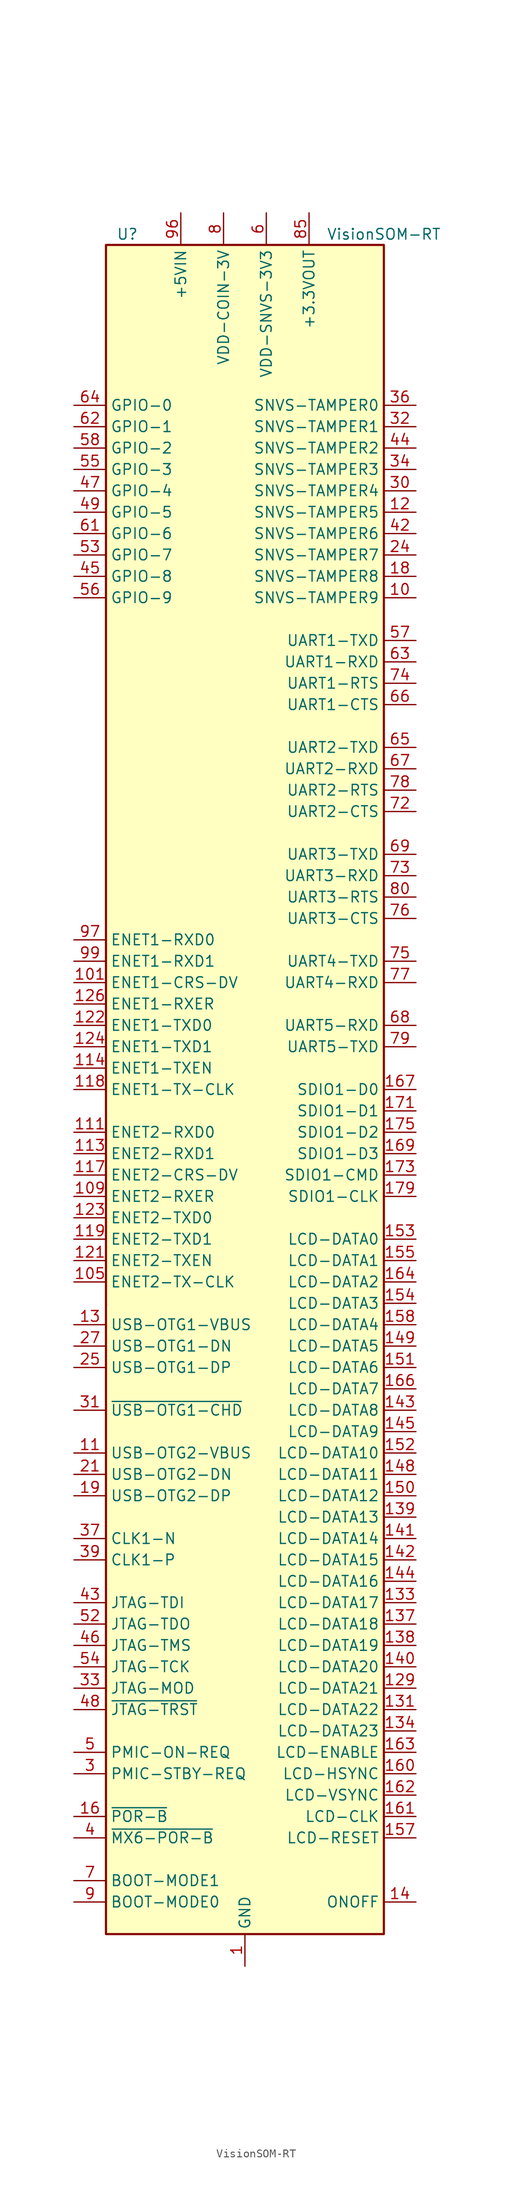
<source format=kicad_sym>
(kicad_symbol_lib
  (version 20231120)
  (generator "kicad_symbol_editor")
  (generator_version "8.0")
  (symbol "VisionSOM-RT"
    (property "Reference" "U"
      (at -13.97 101.6 0)
      (effects (font (size 1.27 1.27))))
    (property "Value" "VisionSOM-RT"
      (at 16.51 101.6 0)
      (effects (font (size 1.27 1.27))))
    (symbol "VisionSOM-RT_0_1"
      (rectangle (start -16.51 100.33) (end 16.51 -100.33) (stroke (width 0.254) (type default)) (fill (type background))))
    (symbol "VisionSOM-RT_1_1"
      (pin power_in line (at 0 -104.14 90) (length 3.81) (name "GND" (effects (font (size 1.27 1.27)))) (number "1" (effects (font (size 1.27 1.27)))))
      (pin bidirectional line (at 20.32 58.42 180) (length 3.81) (name "SNVS-TAMPER9" (effects (font (size 1.27 1.27)))) (number "10" (effects (font (size 1.27 1.27)))))
      (pin passive line (at -7.62 104.14 270) (length 3.81) hide (name "+5VIN" (effects (font (size 1.27 1.27)))) (number "100" (effects (font (size 1.27 1.27)))))
      (pin bidirectional line (at -20.32 12.7 0) (length 3.81) (name "ENET1-CRS-DV" (effects (font (size 1.27 1.27)))) (number "101" (effects (font (size 1.27 1.27)))))
      (pin passive line (at -7.62 104.14 270) (length 3.81) hide (name "+5VIN" (effects (font (size 1.27 1.27)))) (number "102" (effects (font (size 1.27 1.27)))))
      (pin passive line (at 0 -104.14 90) (length 3.81) hide (name "GND" (effects (font (size 1.27 1.27)))) (number "103" (effects (font (size 1.27 1.27)))))
      (pin passive line (at -7.62 104.14 270) (length 3.81) hide (name "+5VIN" (effects (font (size 1.27 1.27)))) (number "104" (effects (font (size 1.27 1.27)))))
      (pin bidirectional line (at -20.32 -22.86 0) (length 3.81) (name "ENET2-TX-CLK" (effects (font (size 1.27 1.27)))) (number "105" (effects (font (size 1.27 1.27)))))
      (pin passive line (at -7.62 104.14 270) (length 3.81) hide (name "+5VIN" (effects (font (size 1.27 1.27)))) (number "106" (effects (font (size 1.27 1.27)))))
      (pin passive line (at 0 -104.14 90) (length 3.81) hide (name "GND" (effects (font (size 1.27 1.27)))) (number "107" (effects (font (size 1.27 1.27)))))
      (pin passive line (at -7.62 104.14 270) (length 3.81) hide (name "+5VIN" (effects (font (size 1.27 1.27)))) (number "108" (effects (font (size 1.27 1.27)))))
      (pin bidirectional line (at -20.32 -12.7 0) (length 3.81) (name "ENET2-RXER" (effects (font (size 1.27 1.27)))) (number "109" (effects (font (size 1.27 1.27)))))
      (pin input line (at -20.32 -43.18 0) (length 3.81) (name "USB-OTG2-VBUS" (effects (font (size 1.27 1.27)))) (number "11" (effects (font (size 1.27 1.27)))))
      (pin passive line (at -7.62 104.14 270) (length 3.81) hide (name "+5VIN" (effects (font (size 1.27 1.27)))) (number "110" (effects (font (size 1.27 1.27)))))
      (pin bidirectional line (at -20.32 -5.08 0) (length 3.81) (name "ENET2-RXD0" (effects (font (size 1.27 1.27)))) (number "111" (effects (font (size 1.27 1.27)))))
      (pin passive line (at -7.62 104.14 270) (length 3.81) hide (name "+5VIN" (effects (font (size 1.27 1.27)))) (number "112" (effects (font (size 1.27 1.27)))))
      (pin bidirectional line (at -20.32 -7.62 0) (length 3.81) (name "ENET2-RXD1" (effects (font (size 1.27 1.27)))) (number "113" (effects (font (size 1.27 1.27)))))
      (pin bidirectional line (at -20.32 2.54 0) (length 3.81) (name "ENET1-TXEN" (effects (font (size 1.27 1.27)))) (number "114" (effects (font (size 1.27 1.27)))))
      (pin passive line (at 0 -104.14 90) (length 3.81) hide (name "GND" (effects (font (size 1.27 1.27)))) (number "115" (effects (font (size 1.27 1.27)))))
      (pin passive line (at 0 -104.14 90) (length 3.81) hide (name "GND" (effects (font (size 1.27 1.27)))) (number "116" (effects (font (size 1.27 1.27)))))
      (pin bidirectional line (at -20.32 -10.16 0) (length 3.81) (name "ENET2-CRS-DV" (effects (font (size 1.27 1.27)))) (number "117" (effects (font (size 1.27 1.27)))))
      (pin bidirectional line (at -20.32 0 0) (length 3.81) (name "ENET1-TX-CLK" (effects (font (size 1.27 1.27)))) (number "118" (effects (font (size 1.27 1.27)))))
      (pin bidirectional line (at -20.32 -17.78 0) (length 3.81) (name "ENET2-TXD1" (effects (font (size 1.27 1.27)))) (number "119" (effects (font (size 1.27 1.27)))))
      (pin bidirectional line (at 20.32 68.58 180) (length 3.81) (name "SNVS-TAMPER5" (effects (font (size 1.27 1.27)))) (number "12" (effects (font (size 1.27 1.27)))))
      (pin passive line (at 0 -104.14 90) (length 3.81) hide (name "GND" (effects (font (size 1.27 1.27)))) (number "120" (effects (font (size 1.27 1.27)))))
      (pin bidirectional line (at -20.32 -20.32 0) (length 3.81) (name "ENET2-TXEN" (effects (font (size 1.27 1.27)))) (number "121" (effects (font (size 1.27 1.27)))))
      (pin bidirectional line (at -20.32 7.62 0) (length 3.81) (name "ENET1-TXD0" (effects (font (size 1.27 1.27)))) (number "122" (effects (font (size 1.27 1.27)))))
      (pin bidirectional line (at -20.32 -15.24 0) (length 3.81) (name "ENET2-TXD0" (effects (font (size 1.27 1.27)))) (number "123" (effects (font (size 1.27 1.27)))))
      (pin bidirectional line (at -20.32 5.08 0) (length 3.81) (name "ENET1-TXD1" (effects (font (size 1.27 1.27)))) (number "124" (effects (font (size 1.27 1.27)))))
      (pin passive line (at 0 -104.14 90) (length 3.81) hide (name "GND" (effects (font (size 1.27 1.27)))) (number "125" (effects (font (size 1.27 1.27)))))
      (pin bidirectional line (at -20.32 10.16 0) (length 3.81) (name "ENET1-RXER" (effects (font (size 1.27 1.27)))) (number "126" (effects (font (size 1.27 1.27)))))
      (pin passive line (at 0 -104.14 90) (length 3.81) hide (name "GND" (effects (font (size 1.27 1.27)))) (number "127" (effects (font (size 1.27 1.27)))))
      (pin passive line (at 0 -104.14 90) (length 3.81) hide (name "GND" (effects (font (size 1.27 1.27)))) (number "128" (effects (font (size 1.27 1.27)))))
      (pin bidirectional line (at 20.32 -71.12 180) (length 3.81) (name "LCD-DATA21" (effects (font (size 1.27 1.27)))) (number "129" (effects (font (size 1.27 1.27)))))
      (pin input line (at -20.32 -27.94 0) (length 3.81) (name "USB-OTG1-VBUS" (effects (font (size 1.27 1.27)))) (number "13" (effects (font (size 1.27 1.27)))))
      (pin passive line (at 0 -104.14 90) (length 3.81) hide (name "GND" (effects (font (size 1.27 1.27)))) (number "130" (effects (font (size 1.27 1.27)))))
      (pin bidirectional line (at 20.32 -73.66 180) (length 3.81) (name "LCD-DATA22" (effects (font (size 1.27 1.27)))) (number "131" (effects (font (size 1.27 1.27)))))
      (pin passive line (at 0 -104.14 90) (length 3.81) hide (name "GND" (effects (font (size 1.27 1.27)))) (number "132" (effects (font (size 1.27 1.27)))))
      (pin bidirectional line (at 20.32 -60.96 180) (length 3.81) (name "LCD-DATA17" (effects (font (size 1.27 1.27)))) (number "133" (effects (font (size 1.27 1.27)))))
      (pin bidirectional line (at 20.32 -76.2 180) (length 3.81) (name "LCD-DATA23" (effects (font (size 1.27 1.27)))) (number "134" (effects (font (size 1.27 1.27)))))
      (pin passive line (at 0 -104.14 90) (length 3.81) hide (name "GND" (effects (font (size 1.27 1.27)))) (number "135" (effects (font (size 1.27 1.27)))))
      (pin passive line (at 0 -104.14 90) (length 3.81) hide (name "GND" (effects (font (size 1.27 1.27)))) (number "136" (effects (font (size 1.27 1.27)))))
      (pin bidirectional line (at 20.32 -63.5 180) (length 3.81) (name "LCD-DATA18" (effects (font (size 1.27 1.27)))) (number "137" (effects (font (size 1.27 1.27)))))
      (pin bidirectional line (at 20.32 -66.04 180) (length 3.81) (name "LCD-DATA19" (effects (font (size 1.27 1.27)))) (number "138" (effects (font (size 1.27 1.27)))))
      (pin bidirectional line (at 20.32 -50.8 180) (length 3.81) (name "LCD-DATA13" (effects (font (size 1.27 1.27)))) (number "139" (effects (font (size 1.27 1.27)))))
      (pin input line (at 20.32 -96.52 180) (length 3.81) (name "ONOFF" (effects (font (size 1.27 1.27)))) (number "14" (effects (font (size 1.27 1.27)))))
      (pin bidirectional line (at 20.32 -68.58 180) (length 3.81) (name "LCD-DATA20" (effects (font (size 1.27 1.27)))) (number "140" (effects (font (size 1.27 1.27)))))
      (pin bidirectional line (at 20.32 -53.34 180) (length 3.81) (name "LCD-DATA14" (effects (font (size 1.27 1.27)))) (number "141" (effects (font (size 1.27 1.27)))))
      (pin bidirectional line (at 20.32 -55.88 180) (length 3.81) (name "LCD-DATA15" (effects (font (size 1.27 1.27)))) (number "142" (effects (font (size 1.27 1.27)))))
      (pin bidirectional line (at 20.32 -38.1 180) (length 3.81) (name "LCD-DATA8" (effects (font (size 1.27 1.27)))) (number "143" (effects (font (size 1.27 1.27)))))
      (pin bidirectional line (at 20.32 -58.42 180) (length 3.81) (name "LCD-DATA16" (effects (font (size 1.27 1.27)))) (number "144" (effects (font (size 1.27 1.27)))))
      (pin bidirectional line (at 20.32 -40.64 180) (length 3.81) (name "LCD-DATA9" (effects (font (size 1.27 1.27)))) (number "145" (effects (font (size 1.27 1.27)))))
      (pin passive line (at 0 -104.14 90) (length 3.81) hide (name "GND" (effects (font (size 1.27 1.27)))) (number "146" (effects (font (size 1.27 1.27)))))
      (pin passive line (at 0 -104.14 90) (length 3.81) hide (name "GND" (effects (font (size 1.27 1.27)))) (number "147" (effects (font (size 1.27 1.27)))))
      (pin bidirectional line (at 20.32 -45.72 180) (length 3.81) (name "LCD-DATA11" (effects (font (size 1.27 1.27)))) (number "148" (effects (font (size 1.27 1.27)))))
      (pin bidirectional line (at 20.32 -30.48 180) (length 3.81) (name "LCD-DATA5" (effects (font (size 1.27 1.27)))) (number "149" (effects (font (size 1.27 1.27)))))
      (pin passive line (at 0 -104.14 90) (length 3.81) hide (name "GND" (effects (font (size 1.27 1.27)))) (number "15" (effects (font (size 1.27 1.27)))))
      (pin bidirectional line (at 20.32 -48.26 180) (length 3.81) (name "LCD-DATA12" (effects (font (size 1.27 1.27)))) (number "150" (effects (font (size 1.27 1.27)))))
      (pin bidirectional line (at 20.32 -33.02 180) (length 3.81) (name "LCD-DATA6" (effects (font (size 1.27 1.27)))) (number "151" (effects (font (size 1.27 1.27)))))
      (pin bidirectional line (at 20.32 -43.18 180) (length 3.81) (name "LCD-DATA10" (effects (font (size 1.27 1.27)))) (number "152" (effects (font (size 1.27 1.27)))))
      (pin bidirectional line (at 20.32 -17.78 180) (length 3.81) (name "LCD-DATA0" (effects (font (size 1.27 1.27)))) (number "153" (effects (font (size 1.27 1.27)))))
      (pin bidirectional line (at 20.32 -25.4 180) (length 3.81) (name "LCD-DATA3" (effects (font (size 1.27 1.27)))) (number "154" (effects (font (size 1.27 1.27)))))
      (pin bidirectional line (at 20.32 -20.32 180) (length 3.81) (name "LCD-DATA1" (effects (font (size 1.27 1.27)))) (number "155" (effects (font (size 1.27 1.27)))))
      (pin passive line (at 0 -104.14 90) (length 3.81) hide (name "GND" (effects (font (size 1.27 1.27)))) (number "156" (effects (font (size 1.27 1.27)))))
      (pin bidirectional line (at 20.32 -88.9 180) (length 3.81) (name "LCD-RESET" (effects (font (size 1.27 1.27)))) (number "157" (effects (font (size 1.27 1.27)))))
      (pin bidirectional line (at 20.32 -27.94 180) (length 3.81) (name "LCD-DATA4" (effects (font (size 1.27 1.27)))) (number "158" (effects (font (size 1.27 1.27)))))
      (pin passive line (at 0 -104.14 90) (length 3.81) hide (name "GND" (effects (font (size 1.27 1.27)))) (number "159" (effects (font (size 1.27 1.27)))))
      (pin input line (at -20.32 -86.36 0) (length 3.81) (name "~{POR-B}" (effects (font (size 1.27 1.27)))) (number "16" (effects (font (size 1.27 1.27)))))
      (pin bidirectional line (at 20.32 -81.28 180) (length 3.81) (name "LCD-HSYNC" (effects (font (size 1.27 1.27)))) (number "160" (effects (font (size 1.27 1.27)))))
      (pin bidirectional line (at 20.32 -86.36 180) (length 3.81) (name "LCD-CLK" (effects (font (size 1.27 1.27)))) (number "161" (effects (font (size 1.27 1.27)))))
      (pin bidirectional line (at 20.32 -83.82 180) (length 3.81) (name "LCD-VSYNC" (effects (font (size 1.27 1.27)))) (number "162" (effects (font (size 1.27 1.27)))))
      (pin bidirectional line (at 20.32 -78.74 180) (length 3.81) (name "LCD-ENABLE" (effects (font (size 1.27 1.27)))) (number "163" (effects (font (size 1.27 1.27)))))
      (pin bidirectional line (at 20.32 -22.86 180) (length 3.81) (name "LCD-DATA2" (effects (font (size 1.27 1.27)))) (number "164" (effects (font (size 1.27 1.27)))))
      (pin passive line (at 0 -104.14 90) (length 3.81) hide (name "GND" (effects (font (size 1.27 1.27)))) (number "165" (effects (font (size 1.27 1.27)))))
      (pin bidirectional line (at 20.32 -35.56 180) (length 3.81) (name "LCD-DATA7" (effects (font (size 1.27 1.27)))) (number "166" (effects (font (size 1.27 1.27)))))
      (pin bidirectional line (at 20.32 0 180) (length 3.81) (name "SDIO1-D0" (effects (font (size 1.27 1.27)))) (number "167" (effects (font (size 1.27 1.27)))))
      (pin passive line (at 0 -104.14 90) (length 3.81) hide (name "GND" (effects (font (size 1.27 1.27)))) (number "168" (effects (font (size 1.27 1.27)))))
      (pin bidirectional line (at 20.32 -7.62 180) (length 3.81) (name "SDIO1-D3" (effects (font (size 1.27 1.27)))) (number "169" (effects (font (size 1.27 1.27)))))
      (pin passive line (at 0 -104.14 90) (length 3.81) hide (name "GND" (effects (font (size 1.27 1.27)))) (number "17" (effects (font (size 1.27 1.27)))))
      (pin passive line (at 0 -104.14 90) (length 3.81) hide (name "GND" (effects (font (size 1.27 1.27)))) (number "170" (effects (font (size 1.27 1.27)))))
      (pin bidirectional line (at 20.32 -2.54 180) (length 3.81) (name "SDIO1-D1" (effects (font (size 1.27 1.27)))) (number "171" (effects (font (size 1.27 1.27)))))
      (pin passive line (at 0 -104.14 90) (length 3.81) hide (name "GND" (effects (font (size 1.27 1.27)))) (number "172" (effects (font (size 1.27 1.27)))))
      (pin bidirectional line (at 20.32 -10.16 180) (length 3.81) (name "SDIO1-CMD" (effects (font (size 1.27 1.27)))) (number "173" (effects (font (size 1.27 1.27)))))
      (pin passive line (at 0 -104.14 90) (length 3.81) hide (name "GND" (effects (font (size 1.27 1.27)))) (number "174" (effects (font (size 1.27 1.27)))))
      (pin bidirectional line (at 20.32 -5.08 180) (length 3.81) (name "SDIO1-D2" (effects (font (size 1.27 1.27)))) (number "175" (effects (font (size 1.27 1.27)))))
      (pin no_connect line (at -5.08 -99.06 90) (length 3.81) hide (name "NC" (effects (font (size 1.27 1.27)))) (number "176" (effects (font (size 1.27 1.27)))))
      (pin passive line (at 0 -104.14 90) (length 3.81) hide (name "GND" (effects (font (size 1.27 1.27)))) (number "177" (effects (font (size 1.27 1.27)))))
      (pin no_connect line (at -2.54 -99.06 90) (length 3.81) hide (name "NC" (effects (font (size 1.27 1.27)))) (number "178" (effects (font (size 1.27 1.27)))))
      (pin bidirectional line (at 20.32 -12.7 180) (length 3.81) (name "SDIO1-CLK" (effects (font (size 1.27 1.27)))) (number "179" (effects (font (size 1.27 1.27)))))
      (pin bidirectional line (at 20.32 60.96 180) (length 3.81) (name "SNVS-TAMPER8" (effects (font (size 1.27 1.27)))) (number "18" (effects (font (size 1.27 1.27)))))
      (pin no_connect line (at 2.54 -99.06 90) (length 3.81) hide (name "NC" (effects (font (size 1.27 1.27)))) (number "180" (effects (font (size 1.27 1.27)))))
      (pin passive line (at 0 -104.14 90) (length 3.81) hide (name "GND" (effects (font (size 1.27 1.27)))) (number "181" (effects (font (size 1.27 1.27)))))
      (pin no_connect line (at 5.08 -99.06 90) (length 3.81) hide (name "NC" (effects (font (size 1.27 1.27)))) (number "182" (effects (font (size 1.27 1.27)))))
      (pin no_connect line (at -15.24 22.86 0) (length 3.81) hide (name "NC" (effects (font (size 1.27 1.27)))) (number "183" (effects (font (size 1.27 1.27)))))
      (pin passive line (at 0 -104.14 90) (length 3.81) hide (name "GND" (effects (font (size 1.27 1.27)))) (number "184" (effects (font (size 1.27 1.27)))))
      (pin passive line (at 0 -104.14 90) (length 3.81) hide (name "GND" (effects (font (size 1.27 1.27)))) (number "185" (effects (font (size 1.27 1.27)))))
      (pin no_connect line (at -15.24 35.56 0) (length 3.81) hide (name "NC" (effects (font (size 1.27 1.27)))) (number "186" (effects (font (size 1.27 1.27)))))
      (pin no_connect line (at -15.24 25.4 0) (length 3.81) hide (name "NC" (effects (font (size 1.27 1.27)))) (number "187" (effects (font (size 1.27 1.27)))))
      (pin no_connect line (at -15.24 33.02 0) (length 3.81) hide (name "NC" (effects (font (size 1.27 1.27)))) (number "188" (effects (font (size 1.27 1.27)))))
      (pin passive line (at 0 -104.14 90) (length 3.81) hide (name "GND" (effects (font (size 1.27 1.27)))) (number "189" (effects (font (size 1.27 1.27)))))
      (pin bidirectional line (at -20.32 -48.26 0) (length 3.81) (name "USB-OTG2-DP" (effects (font (size 1.27 1.27)))) (number "19" (effects (font (size 1.27 1.27)))))
      (pin no_connect line (at -15.24 38.1 0) (length 3.81) hide (name "NC" (effects (font (size 1.27 1.27)))) (number "190" (effects (font (size 1.27 1.27)))))
      (pin no_connect line (at -15.24 40.64 0) (length 3.81) hide (name "NC" (effects (font (size 1.27 1.27)))) (number "191" (effects (font (size 1.27 1.27)))))
      (pin no_connect line (at -15.24 43.18 0) (length 3.81) hide (name "NC" (effects (font (size 1.27 1.27)))) (number "192" (effects (font (size 1.27 1.27)))))
      (pin no_connect line (at -15.24 48.26 0) (length 3.81) hide (name "NC" (effects (font (size 1.27 1.27)))) (number "193" (effects (font (size 1.27 1.27)))))
      (pin no_connect line (at -15.24 45.72 0) (length 3.81) hide (name "NC" (effects (font (size 1.27 1.27)))) (number "194" (effects (font (size 1.27 1.27)))))
      (pin no_connect line (at -15.24 50.8 0) (length 3.81) hide (name "NC" (effects (font (size 1.27 1.27)))) (number "195" (effects (font (size 1.27 1.27)))))
      (pin no_connect line (at -15.24 53.34 0) (length 3.81) hide (name "NC" (effects (font (size 1.27 1.27)))) (number "196" (effects (font (size 1.27 1.27)))))
      (pin no_connect line (at -15.24 30.48 0) (length 3.81) hide (name "NC" (effects (font (size 1.27 1.27)))) (number "197" (effects (font (size 1.27 1.27)))))
      (pin no_connect line (at -15.24 27.94 0) (length 3.81) hide (name "NC" (effects (font (size 1.27 1.27)))) (number "198" (effects (font (size 1.27 1.27)))))
      (pin passive line (at 0 -104.14 90) (length 3.81) hide (name "GND" (effects (font (size 1.27 1.27)))) (number "199" (effects (font (size 1.27 1.27)))))
      (pin passive line (at 0 -104.14 90) (length 3.81) hide (name "GND" (effects (font (size 1.27 1.27)))) (number "2" (effects (font (size 1.27 1.27)))))
      (pin passive line (at 0 -104.14 90) (length 3.81) hide (name "GND" (effects (font (size 1.27 1.27)))) (number "20" (effects (font (size 1.27 1.27)))))
      (pin passive line (at 0 -104.14 90) (length 3.81) hide (name "GND" (effects (font (size 1.27 1.27)))) (number "200" (effects (font (size 1.27 1.27)))))
      (pin bidirectional line (at -20.32 -45.72 0) (length 3.81) (name "USB-OTG2-DN" (effects (font (size 1.27 1.27)))) (number "21" (effects (font (size 1.27 1.27)))))
      (pin passive line (at 0 -104.14 90) (length 3.81) hide (name "GND" (effects (font (size 1.27 1.27)))) (number "22" (effects (font (size 1.27 1.27)))))
      (pin passive line (at 0 -104.14 90) (length 3.81) hide (name "GND" (effects (font (size 1.27 1.27)))) (number "23" (effects (font (size 1.27 1.27)))))
      (pin bidirectional line (at 20.32 63.5 180) (length 3.81) (name "SNVS-TAMPER7" (effects (font (size 1.27 1.27)))) (number "24" (effects (font (size 1.27 1.27)))))
      (pin bidirectional line (at -20.32 -33.02 0) (length 3.81) (name "USB-OTG1-DP" (effects (font (size 1.27 1.27)))) (number "25" (effects (font (size 1.27 1.27)))))
      (pin passive line (at 0 -104.14 90) (length 3.81) hide (name "GND" (effects (font (size 1.27 1.27)))) (number "26" (effects (font (size 1.27 1.27)))))
      (pin bidirectional line (at -20.32 -30.48 0) (length 3.81) (name "USB-OTG1-DN" (effects (font (size 1.27 1.27)))) (number "27" (effects (font (size 1.27 1.27)))))
      (pin passive line (at 0 -104.14 90) (length 3.81) hide (name "GND" (effects (font (size 1.27 1.27)))) (number "28" (effects (font (size 1.27 1.27)))))
      (pin passive line (at 0 -104.14 90) (length 3.81) hide (name "GND" (effects (font (size 1.27 1.27)))) (number "29" (effects (font (size 1.27 1.27)))))
      (pin output line (at -20.32 -81.28 0) (length 3.81) (name "PMIC-STBY-REQ" (effects (font (size 1.27 1.27)))) (number "3" (effects (font (size 1.27 1.27)))))
      (pin bidirectional line (at 20.32 71.12 180) (length 3.81) (name "SNVS-TAMPER4" (effects (font (size 1.27 1.27)))) (number "30" (effects (font (size 1.27 1.27)))))
      (pin open_collector line (at -20.32 -38.1 0) (length 3.81) (name "~{USB-OTG1-CHD}" (effects (font (size 1.27 1.27)))) (number "31" (effects (font (size 1.27 1.27)))))
      (pin bidirectional line (at 20.32 78.74 180) (length 3.81) (name "SNVS-TAMPER1" (effects (font (size 1.27 1.27)))) (number "32" (effects (font (size 1.27 1.27)))))
      (pin bidirectional line (at -20.32 -71.12 0) (length 3.81) (name "JTAG-MOD" (effects (font (size 1.27 1.27)))) (number "33" (effects (font (size 1.27 1.27)))))
      (pin bidirectional line (at 20.32 73.66 180) (length 3.81) (name "SNVS-TAMPER3" (effects (font (size 1.27 1.27)))) (number "34" (effects (font (size 1.27 1.27)))))
      (pin passive line (at 0 -104.14 90) (length 3.81) hide (name "GND" (effects (font (size 1.27 1.27)))) (number "35" (effects (font (size 1.27 1.27)))))
      (pin bidirectional line (at 20.32 81.28 180) (length 3.81) (name "SNVS-TAMPER0" (effects (font (size 1.27 1.27)))) (number "36" (effects (font (size 1.27 1.27)))))
      (pin bidirectional line (at -20.32 -53.34 0) (length 3.81) (name "CLK1-N" (effects (font (size 1.27 1.27)))) (number "37" (effects (font (size 1.27 1.27)))))
      (pin passive line (at 0 -104.14 90) (length 3.81) hide (name "GND" (effects (font (size 1.27 1.27)))) (number "38" (effects (font (size 1.27 1.27)))))
      (pin bidirectional line (at -20.32 -55.88 0) (length 3.81) (name "CLK1-P" (effects (font (size 1.27 1.27)))) (number "39" (effects (font (size 1.27 1.27)))))
      (pin input line (at -20.32 -88.9 0) (length 3.81) (name "~{MX6-POR-B}" (effects (font (size 1.27 1.27)))) (number "4" (effects (font (size 1.27 1.27)))))
      (pin passive line (at 0 -104.14 90) (length 3.81) hide (name "GND" (effects (font (size 1.27 1.27)))) (number "40" (effects (font (size 1.27 1.27)))))
      (pin passive line (at 0 -104.14 90) (length 3.81) hide (name "GND" (effects (font (size 1.27 1.27)))) (number "41" (effects (font (size 1.27 1.27)))))
      (pin bidirectional line (at 20.32 66.04 180) (length 3.81) (name "SNVS-TAMPER6" (effects (font (size 1.27 1.27)))) (number "42" (effects (font (size 1.27 1.27)))))
      (pin bidirectional line (at -20.32 -60.96 0) (length 3.81) (name "JTAG-TDI" (effects (font (size 1.27 1.27)))) (number "43" (effects (font (size 1.27 1.27)))))
      (pin bidirectional line (at 20.32 76.2 180) (length 3.81) (name "SNVS-TAMPER2" (effects (font (size 1.27 1.27)))) (number "44" (effects (font (size 1.27 1.27)))))
      (pin bidirectional line (at -20.32 60.96 0) (length 3.81) (name "GPIO-8" (effects (font (size 1.27 1.27)))) (number "45" (effects (font (size 1.27 1.27)))))
      (pin bidirectional line (at -20.32 -66.04 0) (length 3.81) (name "JTAG-TMS" (effects (font (size 1.27 1.27)))) (number "46" (effects (font (size 1.27 1.27)))))
      (pin bidirectional line (at -20.32 71.12 0) (length 3.81) (name "GPIO-4" (effects (font (size 1.27 1.27)))) (number "47" (effects (font (size 1.27 1.27)))))
      (pin bidirectional line (at -20.32 -73.66 0) (length 3.81) (name "~{JTAG-TRST}" (effects (font (size 1.27 1.27)))) (number "48" (effects (font (size 1.27 1.27)))))
      (pin bidirectional line (at -20.32 68.58 0) (length 3.81) (name "GPIO-5" (effects (font (size 1.27 1.27)))) (number "49" (effects (font (size 1.27 1.27)))))
      (pin output line (at -20.32 -78.74 0) (length 3.81) (name "PMIC-ON-REQ" (effects (font (size 1.27 1.27)))) (number "5" (effects (font (size 1.27 1.27)))))
      (pin passive line (at 0 -104.14 90) (length 3.81) hide (name "GND" (effects (font (size 1.27 1.27)))) (number "50" (effects (font (size 1.27 1.27)))))
      (pin passive line (at 0 -104.14 90) (length 3.81) hide (name "GND" (effects (font (size 1.27 1.27)))) (number "51" (effects (font (size 1.27 1.27)))))
      (pin bidirectional line (at -20.32 -63.5 0) (length 3.81) (name "JTAG-TDO" (effects (font (size 1.27 1.27)))) (number "52" (effects (font (size 1.27 1.27)))))
      (pin bidirectional line (at -20.32 63.5 0) (length 3.81) (name "GPIO-7" (effects (font (size 1.27 1.27)))) (number "53" (effects (font (size 1.27 1.27)))))
      (pin bidirectional line (at -20.32 -68.58 0) (length 3.81) (name "JTAG-TCK" (effects (font (size 1.27 1.27)))) (number "54" (effects (font (size 1.27 1.27)))))
      (pin bidirectional line (at -20.32 73.66 0) (length 3.81) (name "GPIO-3" (effects (font (size 1.27 1.27)))) (number "55" (effects (font (size 1.27 1.27)))))
      (pin bidirectional line (at -20.32 58.42 0) (length 3.81) (name "GPIO-9" (effects (font (size 1.27 1.27)))) (number "56" (effects (font (size 1.27 1.27)))))
      (pin bidirectional line (at 20.32 53.34 180) (length 3.81) (name "UART1-TXD" (effects (font (size 1.27 1.27)))) (number "57" (effects (font (size 1.27 1.27)))))
      (pin bidirectional line (at -20.32 76.2 0) (length 3.81) (name "GPIO-2" (effects (font (size 1.27 1.27)))) (number "58" (effects (font (size 1.27 1.27)))))
      (pin passive line (at 0 -104.14 90) (length 3.81) hide (name "GND" (effects (font (size 1.27 1.27)))) (number "59" (effects (font (size 1.27 1.27)))))
      (pin power_in line (at 2.54 104.14 270) (length 3.81) (name "VDD-SNVS-3V3" (effects (font (size 1.27 1.27)))) (number "6" (effects (font (size 1.27 1.27)))))
      (pin passive line (at 0 -104.14 90) (length 3.81) hide (name "GND" (effects (font (size 1.27 1.27)))) (number "60" (effects (font (size 1.27 1.27)))))
      (pin bidirectional line (at -20.32 66.04 0) (length 3.81) (name "GPIO-6" (effects (font (size 1.27 1.27)))) (number "61" (effects (font (size 1.27 1.27)))))
      (pin bidirectional line (at -20.32 78.74 0) (length 3.81) (name "GPIO-1" (effects (font (size 1.27 1.27)))) (number "62" (effects (font (size 1.27 1.27)))))
      (pin bidirectional line (at 20.32 50.8 180) (length 3.81) (name "UART1-RXD" (effects (font (size 1.27 1.27)))) (number "63" (effects (font (size 1.27 1.27)))))
      (pin bidirectional line (at -20.32 81.28 0) (length 3.81) (name "GPIO-0" (effects (font (size 1.27 1.27)))) (number "64" (effects (font (size 1.27 1.27)))))
      (pin bidirectional line (at 20.32 40.64 180) (length 3.81) (name "UART2-TXD" (effects (font (size 1.27 1.27)))) (number "65" (effects (font (size 1.27 1.27)))))
      (pin bidirectional line (at 20.32 45.72 180) (length 3.81) (name "UART1-CTS" (effects (font (size 1.27 1.27)))) (number "66" (effects (font (size 1.27 1.27)))))
      (pin bidirectional line (at 20.32 38.1 180) (length 3.81) (name "UART2-RXD" (effects (font (size 1.27 1.27)))) (number "67" (effects (font (size 1.27 1.27)))))
      (pin bidirectional line (at 20.32 7.62 180) (length 3.81) (name "UART5-RXD" (effects (font (size 1.27 1.27)))) (number "68" (effects (font (size 1.27 1.27)))))
      (pin bidirectional line (at 20.32 27.94 180) (length 3.81) (name "UART3-TXD" (effects (font (size 1.27 1.27)))) (number "69" (effects (font (size 1.27 1.27)))))
      (pin input line (at -20.32 -93.98 0) (length 3.81) (name "BOOT-MODE1" (effects (font (size 1.27 1.27)))) (number "7" (effects (font (size 1.27 1.27)))))
      (pin passive line (at 0 -104.14 90) (length 3.81) hide (name "GND" (effects (font (size 1.27 1.27)))) (number "70" (effects (font (size 1.27 1.27)))))
      (pin passive line (at 0 -104.14 90) (length 3.81) hide (name "GND" (effects (font (size 1.27 1.27)))) (number "71" (effects (font (size 1.27 1.27)))))
      (pin bidirectional line (at 20.32 33.02 180) (length 3.81) (name "UART2-CTS" (effects (font (size 1.27 1.27)))) (number "72" (effects (font (size 1.27 1.27)))))
      (pin bidirectional line (at 20.32 25.4 180) (length 3.81) (name "UART3-RXD" (effects (font (size 1.27 1.27)))) (number "73" (effects (font (size 1.27 1.27)))))
      (pin bidirectional line (at 20.32 48.26 180) (length 3.81) (name "UART1-RTS" (effects (font (size 1.27 1.27)))) (number "74" (effects (font (size 1.27 1.27)))))
      (pin bidirectional line (at 20.32 15.24 180) (length 3.81) (name "UART4-TXD" (effects (font (size 1.27 1.27)))) (number "75" (effects (font (size 1.27 1.27)))))
      (pin bidirectional line (at 20.32 20.32 180) (length 3.81) (name "UART3-CTS" (effects (font (size 1.27 1.27)))) (number "76" (effects (font (size 1.27 1.27)))))
      (pin bidirectional line (at 20.32 12.7 180) (length 3.81) (name "UART4-RXD" (effects (font (size 1.27 1.27)))) (number "77" (effects (font (size 1.27 1.27)))))
      (pin bidirectional line (at 20.32 35.56 180) (length 3.81) (name "UART2-RTS" (effects (font (size 1.27 1.27)))) (number "78" (effects (font (size 1.27 1.27)))))
      (pin bidirectional line (at 20.32 5.08 180) (length 3.81) (name "UART5-TXD" (effects (font (size 1.27 1.27)))) (number "79" (effects (font (size 1.27 1.27)))))
      (pin power_in line (at -2.54 104.14 270) (length 3.81) (name "VDD-COIN-3V" (effects (font (size 1.27 1.27)))) (number "8" (effects (font (size 1.27 1.27)))))
      (pin bidirectional line (at 20.32 22.86 180) (length 3.81) (name "UART3-RTS" (effects (font (size 1.27 1.27)))) (number "80" (effects (font (size 1.27 1.27)))))
      (pin passive line (at 0 -104.14 90) (length 3.81) hide (name "GND" (effects (font (size 1.27 1.27)))) (number "81" (effects (font (size 1.27 1.27)))))
      (pin passive line (at 0 -104.14 90) (length 3.81) hide (name "GND" (effects (font (size 1.27 1.27)))) (number "82" (effects (font (size 1.27 1.27)))))
      (pin no_connect line (at 15.24 -93.98 180) (length 3.81) hide (name "NC" (effects (font (size 1.27 1.27)))) (number "83" (effects (font (size 1.27 1.27)))))
      (pin passive line (at 0 -104.14 90) (length 3.81) hide (name "GND" (effects (font (size 1.27 1.27)))) (number "84" (effects (font (size 1.27 1.27)))))
      (pin power_out line (at 7.62 104.14 270) (length 3.81) (name "+3.3VOUT" (effects (font (size 1.27 1.27)))) (number "85" (effects (font (size 1.27 1.27)))))
      (pin no_connect line (at -15.24 -76.2 0) (length 2.54) hide (name "NC" (effects (font (size 1.27 1.27)))) (number "86" (effects (font (size 1.27 1.27)))))
      (pin passive line (at 7.62 104.14 270) (length 3.81) hide (name "+3.3VOUT" (effects (font (size 1.27 1.27)))) (number "87" (effects (font (size 1.27 1.27)))))
      (pin passive line (at 7.62 104.14 270) (length 3.81) hide (name "+3.3VOUT" (effects (font (size 1.27 1.27)))) (number "88" (effects (font (size 1.27 1.27)))))
      (pin passive line (at 7.62 104.14 270) (length 3.81) hide (name "+3.3VOUT" (effects (font (size 1.27 1.27)))) (number "89" (effects (font (size 1.27 1.27)))))
      (pin input line (at -20.32 -96.52 0) (length 3.81) (name "BOOT-MODE0" (effects (font (size 1.27 1.27)))) (number "9" (effects (font (size 1.27 1.27)))))
      (pin passive line (at 7.62 104.14 270) (length 3.81) hide (name "+3.3VOUT" (effects (font (size 1.27 1.27)))) (number "90" (effects (font (size 1.27 1.27)))))
      (pin passive line (at 7.62 104.14 270) (length 3.81) hide (name "+3.3VOUT" (effects (font (size 1.27 1.27)))) (number "91" (effects (font (size 1.27 1.27)))))
      (pin passive line (at 7.62 104.14 270) (length 3.81) hide (name "+3.3VOUT" (effects (font (size 1.27 1.27)))) (number "92" (effects (font (size 1.27 1.27)))))
      (pin passive line (at 7.62 104.14 270) (length 3.81) hide (name "+3.3VOUT" (effects (font (size 1.27 1.27)))) (number "93" (effects (font (size 1.27 1.27)))))
      (pin no_connect line (at -15.24 -83.82 0) (length 2.54) hide (name "NC" (effects (font (size 1.27 1.27)))) (number "94" (effects (font (size 1.27 1.27)))))
      (pin no_connect line (at -15.24 -91.44 0) (length 2.54) hide (name "NC" (effects (font (size 1.27 1.27)))) (number "95" (effects (font (size 1.27 1.27)))))
      (pin power_in line (at -7.62 104.14 270) (length 3.81) (name "+5VIN" (effects (font (size 1.27 1.27)))) (number "96" (effects (font (size 1.27 1.27)))))
      (pin bidirectional line (at -20.32 17.78 0) (length 3.81) (name "ENET1-RXD0" (effects (font (size 1.27 1.27)))) (number "97" (effects (font (size 1.27 1.27)))))
      (pin passive line (at -7.62 104.14 270) (length 3.81) hide (name "+5VIN" (effects (font (size 1.27 1.27)))) (number "98" (effects (font (size 1.27 1.27)))))
      (pin bidirectional line (at -20.32 15.24 0) (length 3.81) (name "ENET1-RXD1" (effects (font (size 1.27 1.27)))) (number "99" (effects (font (size 1.27 1.27))))))))
</source>
